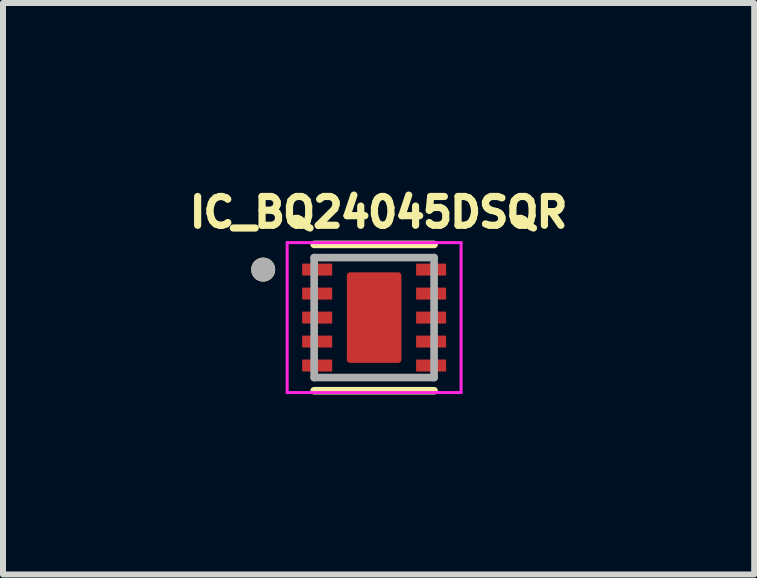
<source format=kicad_pcb>
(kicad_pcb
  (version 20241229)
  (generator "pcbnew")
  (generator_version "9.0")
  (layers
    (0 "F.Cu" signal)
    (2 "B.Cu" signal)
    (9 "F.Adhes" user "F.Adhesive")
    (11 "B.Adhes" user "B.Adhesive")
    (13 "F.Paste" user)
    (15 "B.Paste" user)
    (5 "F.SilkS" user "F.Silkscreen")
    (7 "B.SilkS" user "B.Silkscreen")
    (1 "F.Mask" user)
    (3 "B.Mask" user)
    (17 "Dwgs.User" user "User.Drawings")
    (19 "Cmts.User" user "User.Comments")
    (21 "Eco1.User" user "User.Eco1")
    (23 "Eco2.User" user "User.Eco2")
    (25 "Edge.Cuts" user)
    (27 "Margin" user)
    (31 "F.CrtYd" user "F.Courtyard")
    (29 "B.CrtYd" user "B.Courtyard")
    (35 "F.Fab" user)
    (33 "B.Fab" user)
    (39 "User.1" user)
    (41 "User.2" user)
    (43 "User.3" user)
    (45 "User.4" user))
  (footprint "IC_BQ24045DSQR"
    (layer "F.Cu")
    (at 3.189 2.246)
    (property "Reference" "IC_BQ24045DSQR" (at 0.074 -1.755 0) (layer "F.SilkS") (effects (font (size 0.48 0.48) (thickness 0.15))))
    (attr through_hole)
    (fp_poly (pts (xy -1.25 -0.7) (xy -1.25 -0.9) (xy -1.25 -0.903) (xy -1.25 -0.905) (xy -1.249 -0.908) (xy -1.249 -0.91) (xy -1.248 -0.913) (xy -1.248 -0.915) (xy -1.247 -0.918) (xy -1.246 -0.92) (xy -1.245 -0.923) (xy -1.243 -0.925) (xy -1.242 -0.927) (xy -1.24 -0.929) (xy -1.239 -0.931) (xy -1.237 -0.933) (xy -1.235 -0.935) (xy -1.233 -0.937) (xy -1.231 -0.939) (xy -1.229 -0.94) (xy -1.227 -0.942) (xy -1.225 -0.943) (xy -1.223 -0.945) (xy -1.22 -0.946) (xy -1.218 -0.947) (xy -1.215 -0.948) (xy -1.213 -0.948) (xy -1.21 -0.949) (xy -1.208 -0.949) (xy -1.205 -0.95) (xy -1.203 -0.95) (xy -1.2 -0.95) (xy -0.7 -0.95) (xy -0.697 -0.95) (xy -0.695 -0.95) (xy -0.692 -0.949) (xy -0.69 -0.949) (xy -0.687 -0.948) (xy -0.685 -0.948) (xy -0.682 -0.947) (xy -0.68 -0.946) (xy -0.677 -0.945) (xy -0.675 -0.943) (xy -0.673 -0.942) (xy -0.671 -0.94) (xy -0.669 -0.939) (xy -0.667 -0.937) (xy -0.665 -0.935) (xy -0.663 -0.933) (xy -0.661 -0.931) (xy -0.66 -0.929) (xy -0.658 -0.927) (xy -0.657 -0.925) (xy -0.655 -0.923) (xy -0.654 -0.92) (xy -0.653 -0.918) (xy -0.652 -0.915) (xy -0.652 -0.913) (xy -0.651 -0.91) (xy -0.651 -0.908) (xy -0.65 -0.905) (xy -0.65 -0.903) (xy -0.65 -0.9) (xy -0.65 -0.7) (xy -0.65 -0.697) (xy -0.65 -0.695) (xy -0.651 -0.692) (xy -0.651 -0.69) (xy -0.652 -0.687) (xy -0.652 -0.685) (xy -0.653 -0.682) (xy -0.654 -0.68) (xy -0.655 -0.677) (xy -0.657 -0.675) (xy -0.658 -0.673) (xy -0.66 -0.671) (xy -0.661 -0.669) (xy -0.663 -0.667) (xy -0.665 -0.665) (xy -0.667 -0.663) (xy -0.669 -0.661) (xy -0.671 -0.66) (xy -0.673 -0.658) (xy -0.675 -0.657) (xy -0.677 -0.655) (xy -0.68 -0.654) (xy -0.682 -0.653) (xy -0.685 -0.652) (xy -0.687 -0.652) (xy -0.69 -0.651) (xy -0.692 -0.651) (xy -0.695 -0.65) (xy -0.697 -0.65) (xy -0.7 -0.65) (xy -1.2 -0.65) (xy -1.203 -0.65) (xy -1.205 -0.65) (xy -1.208 -0.651) (xy -1.21 -0.651) (xy -1.213 -0.652) (xy -1.215 -0.652) (xy -1.218 -0.653) (xy -1.22 -0.654) (xy -1.223 -0.655) (xy -1.225 -0.657) (xy -1.227 -0.658) (xy -1.229 -0.66) (xy -1.231 -0.661) (xy -1.233 -0.663) (xy -1.235 -0.665) (xy -1.237 -0.667) (xy -1.239 -0.669) (xy -1.24 -0.671) (xy -1.242 -0.673) (xy -1.243 -0.675) (xy -1.245 -0.677) (xy -1.246 -0.68) (xy -1.247 -0.682) (xy -1.248 -0.685) (xy -1.248 -0.687) (xy -1.249 -0.69) (xy -1.249 -0.692) (xy -1.25 -0.695) (xy -1.25 -0.697) (xy -1.25 -0.7)) (stroke (width 0.01) (type solid)) (fill yes) (layer "F.Mask"))
    (fp_poly (pts (xy -1.25 -0.3) (xy -1.25 -0.5) (xy -1.25 -0.503) (xy -1.25 -0.505) (xy -1.249 -0.508) (xy -1.249 -0.51) (xy -1.248 -0.513) (xy -1.248 -0.515) (xy -1.247 -0.518) (xy -1.246 -0.52) (xy -1.245 -0.523) (xy -1.243 -0.525) (xy -1.242 -0.527) (xy -1.24 -0.529) (xy -1.239 -0.531) (xy -1.237 -0.533) (xy -1.235 -0.535) (xy -1.233 -0.537) (xy -1.231 -0.539) (xy -1.229 -0.54) (xy -1.227 -0.542) (xy -1.225 -0.543) (xy -1.223 -0.545) (xy -1.22 -0.546) (xy -1.218 -0.547) (xy -1.215 -0.548) (xy -1.213 -0.548) (xy -1.21 -0.549) (xy -1.208 -0.549) (xy -1.205 -0.55) (xy -1.203 -0.55) (xy -1.2 -0.55) (xy -0.7 -0.55) (xy -0.697 -0.55) (xy -0.695 -0.55) (xy -0.692 -0.549) (xy -0.69 -0.549) (xy -0.687 -0.548) (xy -0.685 -0.548) (xy -0.682 -0.547) (xy -0.68 -0.546) (xy -0.677 -0.545) (xy -0.675 -0.543) (xy -0.673 -0.542) (xy -0.671 -0.54) (xy -0.669 -0.539) (xy -0.667 -0.537) (xy -0.665 -0.535) (xy -0.663 -0.533) (xy -0.661 -0.531) (xy -0.66 -0.529) (xy -0.658 -0.527) (xy -0.657 -0.525) (xy -0.655 -0.523) (xy -0.654 -0.52) (xy -0.653 -0.518) (xy -0.652 -0.515) (xy -0.652 -0.513) (xy -0.651 -0.51) (xy -0.651 -0.508) (xy -0.65 -0.505) (xy -0.65 -0.503) (xy -0.65 -0.5) (xy -0.65 -0.3) (xy -0.65 -0.297) (xy -0.65 -0.295) (xy -0.651 -0.292) (xy -0.651 -0.29) (xy -0.652 -0.287) (xy -0.652 -0.285) (xy -0.653 -0.282) (xy -0.654 -0.28) (xy -0.655 -0.277) (xy -0.657 -0.275) (xy -0.658 -0.273) (xy -0.66 -0.271) (xy -0.661 -0.269) (xy -0.663 -0.267) (xy -0.665 -0.265) (xy -0.667 -0.263) (xy -0.669 -0.261) (xy -0.671 -0.26) (xy -0.673 -0.258) (xy -0.675 -0.257) (xy -0.677 -0.255) (xy -0.68 -0.254) (xy -0.682 -0.253) (xy -0.685 -0.252) (xy -0.687 -0.252) (xy -0.69 -0.251) (xy -0.692 -0.251) (xy -0.695 -0.25) (xy -0.697 -0.25) (xy -0.7 -0.25) (xy -1.2 -0.25) (xy -1.203 -0.25) (xy -1.205 -0.25) (xy -1.208 -0.251) (xy -1.21 -0.251) (xy -1.213 -0.252) (xy -1.215 -0.252) (xy -1.218 -0.253) (xy -1.22 -0.254) (xy -1.223 -0.255) (xy -1.225 -0.257) (xy -1.227 -0.258) (xy -1.229 -0.26) (xy -1.231 -0.261) (xy -1.233 -0.263) (xy -1.235 -0.265) (xy -1.237 -0.267) (xy -1.239 -0.269) (xy -1.24 -0.271) (xy -1.242 -0.273) (xy -1.243 -0.275) (xy -1.245 -0.277) (xy -1.246 -0.28) (xy -1.247 -0.282) (xy -1.248 -0.285) (xy -1.248 -0.287) (xy -1.249 -0.29) (xy -1.249 -0.292) (xy -1.25 -0.295) (xy -1.25 -0.297) (xy -1.25 -0.3)) (stroke (width 0.01) (type solid)) (fill yes) (layer "F.Mask"))
    (fp_poly (pts (xy -1.25 0.1) (xy -1.25 -0.1) (xy -1.25 -0.103) (xy -1.25 -0.105) (xy -1.249 -0.108) (xy -1.249 -0.11) (xy -1.248 -0.113) (xy -1.248 -0.115) (xy -1.247 -0.118) (xy -1.246 -0.12) (xy -1.245 -0.123) (xy -1.243 -0.125) (xy -1.242 -0.127) (xy -1.24 -0.129) (xy -1.239 -0.131) (xy -1.237 -0.133) (xy -1.235 -0.135) (xy -1.233 -0.137) (xy -1.231 -0.139) (xy -1.229 -0.14) (xy -1.227 -0.142) (xy -1.225 -0.143) (xy -1.223 -0.145) (xy -1.22 -0.146) (xy -1.218 -0.147) (xy -1.215 -0.148) (xy -1.213 -0.148) (xy -1.21 -0.149) (xy -1.208 -0.149) (xy -1.205 -0.15) (xy -1.203 -0.15) (xy -1.2 -0.15) (xy -0.7 -0.15) (xy -0.697 -0.15) (xy -0.695 -0.15) (xy -0.692 -0.149) (xy -0.69 -0.149) (xy -0.687 -0.148) (xy -0.685 -0.148) (xy -0.682 -0.147) (xy -0.68 -0.146) (xy -0.677 -0.145) (xy -0.675 -0.143) (xy -0.673 -0.142) (xy -0.671 -0.14) (xy -0.669 -0.139) (xy -0.667 -0.137) (xy -0.665 -0.135) (xy -0.663 -0.133) (xy -0.661 -0.131) (xy -0.66 -0.129) (xy -0.658 -0.127) (xy -0.657 -0.125) (xy -0.655 -0.123) (xy -0.654 -0.12) (xy -0.653 -0.118) (xy -0.652 -0.115) (xy -0.652 -0.113) (xy -0.651 -0.11) (xy -0.651 -0.108) (xy -0.65 -0.105) (xy -0.65 -0.103) (xy -0.65 -0.1) (xy -0.65 0.1) (xy -0.65 0.103) (xy -0.65 0.105) (xy -0.651 0.108) (xy -0.651 0.11) (xy -0.652 0.113) (xy -0.652 0.115) (xy -0.653 0.118) (xy -0.654 0.12) (xy -0.655 0.123) (xy -0.657 0.125) (xy -0.658 0.127) (xy -0.66 0.129) (xy -0.661 0.131) (xy -0.663 0.133) (xy -0.665 0.135) (xy -0.667 0.137) (xy -0.669 0.139) (xy -0.671 0.14) (xy -0.673 0.142) (xy -0.675 0.143) (xy -0.677 0.145) (xy -0.68 0.146) (xy -0.682 0.147) (xy -0.685 0.148) (xy -0.687 0.148) (xy -0.69 0.149) (xy -0.692 0.149) (xy -0.695 0.15) (xy -0.697 0.15) (xy -0.7 0.15) (xy -1.2 0.15) (xy -1.203 0.15) (xy -1.205 0.15) (xy -1.208 0.149) (xy -1.21 0.149) (xy -1.213 0.148) (xy -1.215 0.148) (xy -1.218 0.147) (xy -1.22 0.146) (xy -1.223 0.145) (xy -1.225 0.143) (xy -1.227 0.142) (xy -1.229 0.14) (xy -1.231 0.139) (xy -1.233 0.137) (xy -1.235 0.135) (xy -1.237 0.133) (xy -1.239 0.131) (xy -1.24 0.129) (xy -1.242 0.127) (xy -1.243 0.125) (xy -1.245 0.123) (xy -1.246 0.12) (xy -1.247 0.118) (xy -1.248 0.115) (xy -1.248 0.113) (xy -1.249 0.11) (xy -1.249 0.108) (xy -1.25 0.105) (xy -1.25 0.103) (xy -1.25 0.1)) (stroke (width 0.01) (type solid)) (fill yes) (layer "F.Mask"))
    (fp_poly (pts (xy -1.25 0.5) (xy -1.25 0.3) (xy -1.25 0.297) (xy -1.25 0.295) (xy -1.249 0.292) (xy -1.249 0.29) (xy -1.248 0.287) (xy -1.248 0.285) (xy -1.247 0.282) (xy -1.246 0.28) (xy -1.245 0.277) (xy -1.243 0.275) (xy -1.242 0.273) (xy -1.24 0.271) (xy -1.239 0.269) (xy -1.237 0.267) (xy -1.235 0.265) (xy -1.233 0.263) (xy -1.231 0.261) (xy -1.229 0.26) (xy -1.227 0.258) (xy -1.225 0.257) (xy -1.223 0.255) (xy -1.22 0.254) (xy -1.218 0.253) (xy -1.215 0.252) (xy -1.213 0.252) (xy -1.21 0.251) (xy -1.208 0.251) (xy -1.205 0.25) (xy -1.203 0.25) (xy -1.2 0.25) (xy -0.7 0.25) (xy -0.697 0.25) (xy -0.695 0.25) (xy -0.692 0.251) (xy -0.69 0.251) (xy -0.687 0.252) (xy -0.685 0.252) (xy -0.682 0.253) (xy -0.68 0.254) (xy -0.677 0.255) (xy -0.675 0.257) (xy -0.673 0.258) (xy -0.671 0.26) (xy -0.669 0.261) (xy -0.667 0.263) (xy -0.665 0.265) (xy -0.663 0.267) (xy -0.661 0.269) (xy -0.66 0.271) (xy -0.658 0.273) (xy -0.657 0.275) (xy -0.655 0.277) (xy -0.654 0.28) (xy -0.653 0.282) (xy -0.652 0.285) (xy -0.652 0.287) (xy -0.651 0.29) (xy -0.651 0.292) (xy -0.65 0.295) (xy -0.65 0.297) (xy -0.65 0.3) (xy -0.65 0.5) (xy -0.65 0.503) (xy -0.65 0.505) (xy -0.651 0.508) (xy -0.651 0.51) (xy -0.652 0.513) (xy -0.652 0.515) (xy -0.653 0.518) (xy -0.654 0.52) (xy -0.655 0.523) (xy -0.657 0.525) (xy -0.658 0.527) (xy -0.66 0.529) (xy -0.661 0.531) (xy -0.663 0.533) (xy -0.665 0.535) (xy -0.667 0.537) (xy -0.669 0.539) (xy -0.671 0.54) (xy -0.673 0.542) (xy -0.675 0.543) (xy -0.677 0.545) (xy -0.68 0.546) (xy -0.682 0.547) (xy -0.685 0.548) (xy -0.687 0.548) (xy -0.69 0.549) (xy -0.692 0.549) (xy -0.695 0.55) (xy -0.697 0.55) (xy -0.7 0.55) (xy -1.2 0.55) (xy -1.203 0.55) (xy -1.205 0.55) (xy -1.208 0.549) (xy -1.21 0.549) (xy -1.213 0.548) (xy -1.215 0.548) (xy -1.218 0.547) (xy -1.22 0.546) (xy -1.223 0.545) (xy -1.225 0.543) (xy -1.227 0.542) (xy -1.229 0.54) (xy -1.231 0.539) (xy -1.233 0.537) (xy -1.235 0.535) (xy -1.237 0.533) (xy -1.239 0.531) (xy -1.24 0.529) (xy -1.242 0.527) (xy -1.243 0.525) (xy -1.245 0.523) (xy -1.246 0.52) (xy -1.247 0.518) (xy -1.248 0.515) (xy -1.248 0.513) (xy -1.249 0.51) (xy -1.249 0.508) (xy -1.25 0.505) (xy -1.25 0.503) (xy -1.25 0.5)) (stroke (width 0.01) (type solid)) (fill yes) (layer "F.Mask"))
    (fp_poly (pts (xy -1.25 0.9) (xy -1.25 0.7) (xy -1.25 0.697) (xy -1.25 0.695) (xy -1.249 0.692) (xy -1.249 0.69) (xy -1.248 0.687) (xy -1.248 0.685) (xy -1.247 0.682) (xy -1.246 0.68) (xy -1.245 0.677) (xy -1.243 0.675) (xy -1.242 0.673) (xy -1.24 0.671) (xy -1.239 0.669) (xy -1.237 0.667) (xy -1.235 0.665) (xy -1.233 0.663) (xy -1.231 0.661) (xy -1.229 0.66) (xy -1.227 0.658) (xy -1.225 0.657) (xy -1.223 0.655) (xy -1.22 0.654) (xy -1.218 0.653) (xy -1.215 0.652) (xy -1.213 0.652) (xy -1.21 0.651) (xy -1.208 0.651) (xy -1.205 0.65) (xy -1.203 0.65) (xy -1.2 0.65) (xy -0.7 0.65) (xy -0.697 0.65) (xy -0.695 0.65) (xy -0.692 0.651) (xy -0.69 0.651) (xy -0.687 0.652) (xy -0.685 0.652) (xy -0.682 0.653) (xy -0.68 0.654) (xy -0.677 0.655) (xy -0.675 0.657) (xy -0.673 0.658) (xy -0.671 0.66) (xy -0.669 0.661) (xy -0.667 0.663) (xy -0.665 0.665) (xy -0.663 0.667) (xy -0.661 0.669) (xy -0.66 0.671) (xy -0.658 0.673) (xy -0.657 0.675) (xy -0.655 0.677) (xy -0.654 0.68) (xy -0.653 0.682) (xy -0.652 0.685) (xy -0.652 0.687) (xy -0.651 0.69) (xy -0.651 0.692) (xy -0.65 0.695) (xy -0.65 0.697) (xy -0.65 0.7) (xy -0.65 0.9) (xy -0.65 0.903) (xy -0.65 0.905) (xy -0.651 0.908) (xy -0.651 0.91) (xy -0.652 0.913) (xy -0.652 0.915) (xy -0.653 0.918) (xy -0.654 0.92) (xy -0.655 0.923) (xy -0.657 0.925) (xy -0.658 0.927) (xy -0.66 0.929) (xy -0.661 0.931) (xy -0.663 0.933) (xy -0.665 0.935) (xy -0.667 0.937) (xy -0.669 0.939) (xy -0.671 0.94) (xy -0.673 0.942) (xy -0.675 0.943) (xy -0.677 0.945) (xy -0.68 0.946) (xy -0.682 0.947) (xy -0.685 0.948) (xy -0.687 0.948) (xy -0.69 0.949) (xy -0.692 0.949) (xy -0.695 0.95) (xy -0.697 0.95) (xy -0.7 0.95) (xy -1.2 0.95) (xy -1.203 0.95) (xy -1.205 0.95) (xy -1.208 0.949) (xy -1.21 0.949) (xy -1.213 0.948) (xy -1.215 0.948) (xy -1.218 0.947) (xy -1.22 0.946) (xy -1.223 0.945) (xy -1.225 0.943) (xy -1.227 0.942) (xy -1.229 0.94) (xy -1.231 0.939) (xy -1.233 0.937) (xy -1.235 0.935) (xy -1.237 0.933) (xy -1.239 0.931) (xy -1.24 0.929) (xy -1.242 0.927) (xy -1.243 0.925) (xy -1.245 0.923) (xy -1.246 0.92) (xy -1.247 0.918) (xy -1.248 0.915) (xy -1.248 0.913) (xy -1.249 0.91) (xy -1.249 0.908) (xy -1.25 0.905) (xy -1.25 0.903) (xy -1.25 0.9)) (stroke (width 0.01) (type solid)) (fill yes) (layer "F.Mask"))
    (fp_poly (pts (xy 0.5 -0.75) (xy 0.5 0.75) (xy 0.5 0.753) (xy 0.5 0.755) (xy 0.499 0.758) (xy 0.499 0.76) (xy 0.498 0.763) (xy 0.498 0.765) (xy 0.497 0.768) (xy 0.496 0.77) (xy 0.495 0.773) (xy 0.493 0.775) (xy 0.492 0.777) (xy 0.49 0.779) (xy 0.489 0.781) (xy 0.487 0.783) (xy 0.485 0.785) (xy 0.483 0.787) (xy 0.481 0.789) (xy 0.479 0.79) (xy 0.477 0.792) (xy 0.475 0.793) (xy 0.473 0.795) (xy 0.47 0.796) (xy 0.468 0.797) (xy 0.465 0.798) (xy 0.463 0.798) (xy 0.46 0.799) (xy 0.458 0.799) (xy 0.455 0.8) (xy 0.453 0.8) (xy 0.45 0.8) (xy -0.45 0.8) (xy -0.453 0.8) (xy -0.455 0.8) (xy -0.458 0.799) (xy -0.46 0.799) (xy -0.463 0.798) (xy -0.465 0.798) (xy -0.468 0.797) (xy -0.47 0.796) (xy -0.473 0.795) (xy -0.475 0.793) (xy -0.477 0.792) (xy -0.479 0.79) (xy -0.481 0.789) (xy -0.483 0.787) (xy -0.485 0.785) (xy -0.487 0.783) (xy -0.489 0.781) (xy -0.49 0.779) (xy -0.492 0.777) (xy -0.493 0.775) (xy -0.495 0.773) (xy -0.496 0.77) (xy -0.497 0.768) (xy -0.498 0.765) (xy -0.498 0.763) (xy -0.499 0.76) (xy -0.499 0.758) (xy -0.5 0.755) (xy -0.5 0.753) (xy -0.5 0.75) (xy -0.5 -0.75) (xy -0.5 -0.753) (xy -0.5 -0.755) (xy -0.499 -0.758) (xy -0.499 -0.76) (xy -0.498 -0.763) (xy -0.498 -0.765) (xy -0.497 -0.768) (xy -0.496 -0.77) (xy -0.495 -0.773) (xy -0.493 -0.775) (xy -0.492 -0.777) (xy -0.49 -0.779) (xy -0.489 -0.781) (xy -0.487 -0.783) (xy -0.485 -0.785) (xy -0.483 -0.787) (xy -0.481 -0.789) (xy -0.479 -0.79) (xy -0.477 -0.792) (xy -0.475 -0.793) (xy -0.473 -0.795) (xy -0.47 -0.796) (xy -0.468 -0.797) (xy -0.465 -0.798) (xy -0.463 -0.798) (xy -0.46 -0.799) (xy -0.458 -0.799) (xy -0.455 -0.8) (xy -0.453 -0.8) (xy -0.45 -0.8) (xy 0.45 -0.8) (xy 0.453 -0.8) (xy 0.455 -0.8) (xy 0.458 -0.799) (xy 0.46 -0.799) (xy 0.463 -0.798) (xy 0.465 -0.798) (xy 0.468 -0.797) (xy 0.47 -0.796) (xy 0.473 -0.795) (xy 0.475 -0.793) (xy 0.477 -0.792) (xy 0.479 -0.79) (xy 0.481 -0.789) (xy 0.483 -0.787) (xy 0.485 -0.785) (xy 0.487 -0.783) (xy 0.489 -0.781) (xy 0.49 -0.779) (xy 0.492 -0.777) (xy 0.493 -0.775) (xy 0.495 -0.773) (xy 0.496 -0.77) (xy 0.497 -0.768) (xy 0.498 -0.765) (xy 0.498 -0.763) (xy 0.499 -0.76) (xy 0.499 -0.758) (xy 0.5 -0.755) (xy 0.5 -0.753) (xy 0.5 -0.75)) (stroke (width 0.01) (type solid)) (fill yes) (layer "F.Mask"))
    (fp_poly (pts (xy 0.65 -0.7) (xy 0.65 -0.9) (xy 0.65 -0.903) (xy 0.65 -0.905) (xy 0.651 -0.908) (xy 0.651 -0.91) (xy 0.652 -0.913) (xy 0.652 -0.915) (xy 0.653 -0.918) (xy 0.654 -0.92) (xy 0.655 -0.923) (xy 0.657 -0.925) (xy 0.658 -0.927) (xy 0.66 -0.929) (xy 0.661 -0.931) (xy 0.663 -0.933) (xy 0.665 -0.935) (xy 0.667 -0.937) (xy 0.669 -0.939) (xy 0.671 -0.94) (xy 0.673 -0.942) (xy 0.675 -0.943) (xy 0.677 -0.945) (xy 0.68 -0.946) (xy 0.682 -0.947) (xy 0.685 -0.948) (xy 0.687 -0.948) (xy 0.69 -0.949) (xy 0.692 -0.949) (xy 0.695 -0.95) (xy 0.697 -0.95) (xy 0.7 -0.95) (xy 1.2 -0.95) (xy 1.203 -0.95) (xy 1.205 -0.95) (xy 1.208 -0.949) (xy 1.21 -0.949) (xy 1.213 -0.948) (xy 1.215 -0.948) (xy 1.218 -0.947) (xy 1.22 -0.946) (xy 1.223 -0.945) (xy 1.225 -0.943) (xy 1.227 -0.942) (xy 1.229 -0.94) (xy 1.231 -0.939) (xy 1.233 -0.937) (xy 1.235 -0.935) (xy 1.237 -0.933) (xy 1.239 -0.931) (xy 1.24 -0.929) (xy 1.242 -0.927) (xy 1.243 -0.925) (xy 1.245 -0.923) (xy 1.246 -0.92) (xy 1.247 -0.918) (xy 1.248 -0.915) (xy 1.248 -0.913) (xy 1.249 -0.91) (xy 1.249 -0.908) (xy 1.25 -0.905) (xy 1.25 -0.903) (xy 1.25 -0.9) (xy 1.25 -0.7) (xy 1.25 -0.697) (xy 1.25 -0.695) (xy 1.249 -0.692) (xy 1.249 -0.69) (xy 1.248 -0.687) (xy 1.248 -0.685) (xy 1.247 -0.682) (xy 1.246 -0.68) (xy 1.245 -0.677) (xy 1.243 -0.675) (xy 1.242 -0.673) (xy 1.24 -0.671) (xy 1.239 -0.669) (xy 1.237 -0.667) (xy 1.235 -0.665) (xy 1.233 -0.663) (xy 1.231 -0.661) (xy 1.229 -0.66) (xy 1.227 -0.658) (xy 1.225 -0.657) (xy 1.223 -0.655) (xy 1.22 -0.654) (xy 1.218 -0.653) (xy 1.215 -0.652) (xy 1.213 -0.652) (xy 1.21 -0.651) (xy 1.208 -0.651) (xy 1.205 -0.65) (xy 1.203 -0.65) (xy 1.2 -0.65) (xy 0.7 -0.65) (xy 0.697 -0.65) (xy 0.695 -0.65) (xy 0.692 -0.651) (xy 0.69 -0.651) (xy 0.687 -0.652) (xy 0.685 -0.652) (xy 0.682 -0.653) (xy 0.68 -0.654) (xy 0.677 -0.655) (xy 0.675 -0.657) (xy 0.673 -0.658) (xy 0.671 -0.66) (xy 0.669 -0.661) (xy 0.667 -0.663) (xy 0.665 -0.665) (xy 0.663 -0.667) (xy 0.661 -0.669) (xy 0.66 -0.671) (xy 0.658 -0.673) (xy 0.657 -0.675) (xy 0.655 -0.677) (xy 0.654 -0.68) (xy 0.653 -0.682) (xy 0.652 -0.685) (xy 0.652 -0.687) (xy 0.651 -0.69) (xy 0.651 -0.692) (xy 0.65 -0.695) (xy 0.65 -0.697) (xy 0.65 -0.7)) (stroke (width 0.01) (type solid)) (fill yes) (layer "F.Mask"))
    (fp_poly (pts (xy 0.65 -0.3) (xy 0.65 -0.5) (xy 0.65 -0.503) (xy 0.65 -0.505) (xy 0.651 -0.508) (xy 0.651 -0.51) (xy 0.652 -0.513) (xy 0.652 -0.515) (xy 0.653 -0.518) (xy 0.654 -0.52) (xy 0.655 -0.523) (xy 0.657 -0.525) (xy 0.658 -0.527) (xy 0.66 -0.529) (xy 0.661 -0.531) (xy 0.663 -0.533) (xy 0.665 -0.535) (xy 0.667 -0.537) (xy 0.669 -0.539) (xy 0.671 -0.54) (xy 0.673 -0.542) (xy 0.675 -0.543) (xy 0.677 -0.545) (xy 0.68 -0.546) (xy 0.682 -0.547) (xy 0.685 -0.548) (xy 0.687 -0.548) (xy 0.69 -0.549) (xy 0.692 -0.549) (xy 0.695 -0.55) (xy 0.697 -0.55) (xy 0.7 -0.55) (xy 1.2 -0.55) (xy 1.203 -0.55) (xy 1.205 -0.55) (xy 1.208 -0.549) (xy 1.21 -0.549) (xy 1.213 -0.548) (xy 1.215 -0.548) (xy 1.218 -0.547) (xy 1.22 -0.546) (xy 1.223 -0.545) (xy 1.225 -0.543) (xy 1.227 -0.542) (xy 1.229 -0.54) (xy 1.231 -0.539) (xy 1.233 -0.537) (xy 1.235 -0.535) (xy 1.237 -0.533) (xy 1.239 -0.531) (xy 1.24 -0.529) (xy 1.242 -0.527) (xy 1.243 -0.525) (xy 1.245 -0.523) (xy 1.246 -0.52) (xy 1.247 -0.518) (xy 1.248 -0.515) (xy 1.248 -0.513) (xy 1.249 -0.51) (xy 1.249 -0.508) (xy 1.25 -0.505) (xy 1.25 -0.503) (xy 1.25 -0.5) (xy 1.25 -0.3) (xy 1.25 -0.297) (xy 1.25 -0.295) (xy 1.249 -0.292) (xy 1.249 -0.29) (xy 1.248 -0.287) (xy 1.248 -0.285) (xy 1.247 -0.282) (xy 1.246 -0.28) (xy 1.245 -0.277) (xy 1.243 -0.275) (xy 1.242 -0.273) (xy 1.24 -0.271) (xy 1.239 -0.269) (xy 1.237 -0.267) (xy 1.235 -0.265) (xy 1.233 -0.263) (xy 1.231 -0.261) (xy 1.229 -0.26) (xy 1.227 -0.258) (xy 1.225 -0.257) (xy 1.223 -0.255) (xy 1.22 -0.254) (xy 1.218 -0.253) (xy 1.215 -0.252) (xy 1.213 -0.252) (xy 1.21 -0.251) (xy 1.208 -0.251) (xy 1.205 -0.25) (xy 1.203 -0.25) (xy 1.2 -0.25) (xy 0.7 -0.25) (xy 0.697 -0.25) (xy 0.695 -0.25) (xy 0.692 -0.251) (xy 0.69 -0.251) (xy 0.687 -0.252) (xy 0.685 -0.252) (xy 0.682 -0.253) (xy 0.68 -0.254) (xy 0.677 -0.255) (xy 0.675 -0.257) (xy 0.673 -0.258) (xy 0.671 -0.26) (xy 0.669 -0.261) (xy 0.667 -0.263) (xy 0.665 -0.265) (xy 0.663 -0.267) (xy 0.661 -0.269) (xy 0.66 -0.271) (xy 0.658 -0.273) (xy 0.657 -0.275) (xy 0.655 -0.277) (xy 0.654 -0.28) (xy 0.653 -0.282) (xy 0.652 -0.285) (xy 0.652 -0.287) (xy 0.651 -0.29) (xy 0.651 -0.292) (xy 0.65 -0.295) (xy 0.65 -0.297) (xy 0.65 -0.3)) (stroke (width 0.01) (type solid)) (fill yes) (layer "F.Mask"))
    (fp_poly (pts (xy 0.65 0.1) (xy 0.65 -0.1) (xy 0.65 -0.103) (xy 0.65 -0.105) (xy 0.651 -0.108) (xy 0.651 -0.11) (xy 0.652 -0.113) (xy 0.652 -0.115) (xy 0.653 -0.118) (xy 0.654 -0.12) (xy 0.655 -0.123) (xy 0.657 -0.125) (xy 0.658 -0.127) (xy 0.66 -0.129) (xy 0.661 -0.131) (xy 0.663 -0.133) (xy 0.665 -0.135) (xy 0.667 -0.137) (xy 0.669 -0.139) (xy 0.671 -0.14) (xy 0.673 -0.142) (xy 0.675 -0.143) (xy 0.677 -0.145) (xy 0.68 -0.146) (xy 0.682 -0.147) (xy 0.685 -0.148) (xy 0.687 -0.148) (xy 0.69 -0.149) (xy 0.692 -0.149) (xy 0.695 -0.15) (xy 0.697 -0.15) (xy 0.7 -0.15) (xy 1.2 -0.15) (xy 1.203 -0.15) (xy 1.205 -0.15) (xy 1.208 -0.149) (xy 1.21 -0.149) (xy 1.213 -0.148) (xy 1.215 -0.148) (xy 1.218 -0.147) (xy 1.22 -0.146) (xy 1.223 -0.145) (xy 1.225 -0.143) (xy 1.227 -0.142) (xy 1.229 -0.14) (xy 1.231 -0.139) (xy 1.233 -0.137) (xy 1.235 -0.135) (xy 1.237 -0.133) (xy 1.239 -0.131) (xy 1.24 -0.129) (xy 1.242 -0.127) (xy 1.243 -0.125) (xy 1.245 -0.123) (xy 1.246 -0.12) (xy 1.247 -0.118) (xy 1.248 -0.115) (xy 1.248 -0.113) (xy 1.249 -0.11) (xy 1.249 -0.108) (xy 1.25 -0.105) (xy 1.25 -0.103) (xy 1.25 -0.1) (xy 1.25 0.1) (xy 1.25 0.103) (xy 1.25 0.105) (xy 1.249 0.108) (xy 1.249 0.11) (xy 1.248 0.113) (xy 1.248 0.115) (xy 1.247 0.118) (xy 1.246 0.12) (xy 1.245 0.123) (xy 1.243 0.125) (xy 1.242 0.127) (xy 1.24 0.129) (xy 1.239 0.131) (xy 1.237 0.133) (xy 1.235 0.135) (xy 1.233 0.137) (xy 1.231 0.139) (xy 1.229 0.14) (xy 1.227 0.142) (xy 1.225 0.143) (xy 1.223 0.145) (xy 1.22 0.146) (xy 1.218 0.147) (xy 1.215 0.148) (xy 1.213 0.148) (xy 1.21 0.149) (xy 1.208 0.149) (xy 1.205 0.15) (xy 1.203 0.15) (xy 1.2 0.15) (xy 0.7 0.15) (xy 0.697 0.15) (xy 0.695 0.15) (xy 0.692 0.149) (xy 0.69 0.149) (xy 0.687 0.148) (xy 0.685 0.148) (xy 0.682 0.147) (xy 0.68 0.146) (xy 0.677 0.145) (xy 0.675 0.143) (xy 0.673 0.142) (xy 0.671 0.14) (xy 0.669 0.139) (xy 0.667 0.137) (xy 0.665 0.135) (xy 0.663 0.133) (xy 0.661 0.131) (xy 0.66 0.129) (xy 0.658 0.127) (xy 0.657 0.125) (xy 0.655 0.123) (xy 0.654 0.12) (xy 0.653 0.118) (xy 0.652 0.115) (xy 0.652 0.113) (xy 0.651 0.11) (xy 0.651 0.108) (xy 0.65 0.105) (xy 0.65 0.103) (xy 0.65 0.1)) (stroke (width 0.01) (type solid)) (fill yes) (layer "F.Mask"))
    (fp_poly (pts (xy 0.65 0.5) (xy 0.65 0.3) (xy 0.65 0.297) (xy 0.65 0.295) (xy 0.651 0.292) (xy 0.651 0.29) (xy 0.652 0.287) (xy 0.652 0.285) (xy 0.653 0.282) (xy 0.654 0.28) (xy 0.655 0.277) (xy 0.657 0.275) (xy 0.658 0.273) (xy 0.66 0.271) (xy 0.661 0.269) (xy 0.663 0.267) (xy 0.665 0.265) (xy 0.667 0.263) (xy 0.669 0.261) (xy 0.671 0.26) (xy 0.673 0.258) (xy 0.675 0.257) (xy 0.677 0.255) (xy 0.68 0.254) (xy 0.682 0.253) (xy 0.685 0.252) (xy 0.687 0.252) (xy 0.69 0.251) (xy 0.692 0.251) (xy 0.695 0.25) (xy 0.697 0.25) (xy 0.7 0.25) (xy 1.2 0.25) (xy 1.203 0.25) (xy 1.205 0.25) (xy 1.208 0.251) (xy 1.21 0.251) (xy 1.213 0.252) (xy 1.215 0.252) (xy 1.218 0.253) (xy 1.22 0.254) (xy 1.223 0.255) (xy 1.225 0.257) (xy 1.227 0.258) (xy 1.229 0.26) (xy 1.231 0.261) (xy 1.233 0.263) (xy 1.235 0.265) (xy 1.237 0.267) (xy 1.239 0.269) (xy 1.24 0.271) (xy 1.242 0.273) (xy 1.243 0.275) (xy 1.245 0.277) (xy 1.246 0.28) (xy 1.247 0.282) (xy 1.248 0.285) (xy 1.248 0.287) (xy 1.249 0.29) (xy 1.249 0.292) (xy 1.25 0.295) (xy 1.25 0.297) (xy 1.25 0.3) (xy 1.25 0.5) (xy 1.25 0.503) (xy 1.25 0.505) (xy 1.249 0.508) (xy 1.249 0.51) (xy 1.248 0.513) (xy 1.248 0.515) (xy 1.247 0.518) (xy 1.246 0.52) (xy 1.245 0.523) (xy 1.243 0.525) (xy 1.242 0.527) (xy 1.24 0.529) (xy 1.239 0.531) (xy 1.237 0.533) (xy 1.235 0.535) (xy 1.233 0.537) (xy 1.231 0.539) (xy 1.229 0.54) (xy 1.227 0.542) (xy 1.225 0.543) (xy 1.223 0.545) (xy 1.22 0.546) (xy 1.218 0.547) (xy 1.215 0.548) (xy 1.213 0.548) (xy 1.21 0.549) (xy 1.208 0.549) (xy 1.205 0.55) (xy 1.203 0.55) (xy 1.2 0.55) (xy 0.7 0.55) (xy 0.697 0.55) (xy 0.695 0.55) (xy 0.692 0.549) (xy 0.69 0.549) (xy 0.687 0.548) (xy 0.685 0.548) (xy 0.682 0.547) (xy 0.68 0.546) (xy 0.677 0.545) (xy 0.675 0.543) (xy 0.673 0.542) (xy 0.671 0.54) (xy 0.669 0.539) (xy 0.667 0.537) (xy 0.665 0.535) (xy 0.663 0.533) (xy 0.661 0.531) (xy 0.66 0.529) (xy 0.658 0.527) (xy 0.657 0.525) (xy 0.655 0.523) (xy 0.654 0.52) (xy 0.653 0.518) (xy 0.652 0.515) (xy 0.652 0.513) (xy 0.651 0.51) (xy 0.651 0.508) (xy 0.65 0.505) (xy 0.65 0.503) (xy 0.65 0.5)) (stroke (width 0.01) (type solid)) (fill yes) (layer "F.Mask"))
    (fp_poly (pts (xy 0.65 0.9) (xy 0.65 0.7) (xy 0.65 0.697) (xy 0.65 0.695) (xy 0.651 0.692) (xy 0.651 0.69) (xy 0.652 0.687) (xy 0.652 0.685) (xy 0.653 0.682) (xy 0.654 0.68) (xy 0.655 0.677) (xy 0.657 0.675) (xy 0.658 0.673) (xy 0.66 0.671) (xy 0.661 0.669) (xy 0.663 0.667) (xy 0.665 0.665) (xy 0.667 0.663) (xy 0.669 0.661) (xy 0.671 0.66) (xy 0.673 0.658) (xy 0.675 0.657) (xy 0.677 0.655) (xy 0.68 0.654) (xy 0.682 0.653) (xy 0.685 0.652) (xy 0.687 0.652) (xy 0.69 0.651) (xy 0.692 0.651) (xy 0.695 0.65) (xy 0.697 0.65) (xy 0.7 0.65) (xy 1.2 0.65) (xy 1.203 0.65) (xy 1.205 0.65) (xy 1.208 0.651) (xy 1.21 0.651) (xy 1.213 0.652) (xy 1.215 0.652) (xy 1.218 0.653) (xy 1.22 0.654) (xy 1.223 0.655) (xy 1.225 0.657) (xy 1.227 0.658) (xy 1.229 0.66) (xy 1.231 0.661) (xy 1.233 0.663) (xy 1.235 0.665) (xy 1.237 0.667) (xy 1.239 0.669) (xy 1.24 0.671) (xy 1.242 0.673) (xy 1.243 0.675) (xy 1.245 0.677) (xy 1.246 0.68) (xy 1.247 0.682) (xy 1.248 0.685) (xy 1.248 0.687) (xy 1.249 0.69) (xy 1.249 0.692) (xy 1.25 0.695) (xy 1.25 0.697) (xy 1.25 0.7) (xy 1.25 0.9) (xy 1.25 0.903) (xy 1.25 0.905) (xy 1.249 0.908) (xy 1.249 0.91) (xy 1.248 0.913) (xy 1.248 0.915) (xy 1.247 0.918) (xy 1.246 0.92) (xy 1.245 0.923) (xy 1.243 0.925) (xy 1.242 0.927) (xy 1.24 0.929) (xy 1.239 0.931) (xy 1.237 0.933) (xy 1.235 0.935) (xy 1.233 0.937) (xy 1.231 0.939) (xy 1.229 0.94) (xy 1.227 0.942) (xy 1.225 0.943) (xy 1.223 0.945) (xy 1.22 0.946) (xy 1.218 0.947) (xy 1.215 0.948) (xy 1.213 0.948) (xy 1.21 0.949) (xy 1.208 0.949) (xy 1.205 0.95) (xy 1.203 0.95) (xy 1.2 0.95) (xy 0.7 0.95) (xy 0.697 0.95) (xy 0.695 0.95) (xy 0.692 0.949) (xy 0.69 0.949) (xy 0.687 0.948) (xy 0.685 0.948) (xy 0.682 0.947) (xy 0.68 0.946) (xy 0.677 0.945) (xy 0.675 0.943) (xy 0.673 0.942) (xy 0.671 0.94) (xy 0.669 0.939) (xy 0.667 0.937) (xy 0.665 0.935) (xy 0.663 0.933) (xy 0.661 0.931) (xy 0.66 0.929) (xy 0.658 0.927) (xy 0.657 0.925) (xy 0.655 0.923) (xy 0.654 0.92) (xy 0.653 0.918) (xy 0.652 0.915) (xy 0.652 0.913) (xy 0.651 0.91) (xy 0.651 0.908) (xy 0.65 0.905) (xy 0.65 0.903) (xy 0.65 0.9)) (stroke (width 0.01) (type solid)) (fill yes) (layer "F.Mask"))
    (fp_line (start -1 -1.22) (end 1 -1.22) (stroke (width 0.127) (type solid)) (layer "F.SilkS"))
    (fp_line (start 1 1.22) (end -1 1.22) (stroke (width 0.127) (type solid)) (layer "F.SilkS"))
    (fp_circle (center -1.85 -0.8) (end -1.75 -0.8) (stroke (width 0.2) (type solid)) (fill no) (layer "F.SilkS"))
    (fp_poly (pts (xy 0.425 -0.64) (xy 0.425 0.64) (xy 0.425 0.643) (xy 0.425 0.645) (xy 0.424 0.648) (xy 0.424 0.65) (xy 0.423 0.653) (xy 0.423 0.655) (xy 0.422 0.658) (xy 0.421 0.66) (xy 0.42 0.663) (xy 0.418 0.665) (xy 0.417 0.667) (xy 0.415 0.669) (xy 0.414 0.671) (xy 0.412 0.673) (xy 0.41 0.675) (xy 0.408 0.677) (xy 0.406 0.679) (xy 0.404 0.68) (xy 0.402 0.682) (xy 0.4 0.683) (xy 0.398 0.685) (xy 0.395 0.686) (xy 0.393 0.687) (xy 0.39 0.688) (xy 0.388 0.688) (xy 0.385 0.689) (xy 0.383 0.689) (xy 0.38 0.69) (xy 0.378 0.69) (xy 0.375 0.69) (xy -0.375 0.69) (xy -0.378 0.69) (xy -0.38 0.69) (xy -0.383 0.689) (xy -0.385 0.689) (xy -0.388 0.688) (xy -0.39 0.688) (xy -0.393 0.687) (xy -0.395 0.686) (xy -0.398 0.685) (xy -0.4 0.683) (xy -0.402 0.682) (xy -0.404 0.68) (xy -0.406 0.679) (xy -0.408 0.677) (xy -0.41 0.675) (xy -0.412 0.673) (xy -0.414 0.671) (xy -0.415 0.669) (xy -0.417 0.667) (xy -0.418 0.665) (xy -0.42 0.663) (xy -0.421 0.66) (xy -0.422 0.658) (xy -0.423 0.655) (xy -0.423 0.653) (xy -0.424 0.65) (xy -0.424 0.648) (xy -0.425 0.645) (xy -0.425 0.643) (xy -0.425 0.64) (xy -0.425 -0.64) (xy -0.425 -0.643) (xy -0.425 -0.645) (xy -0.424 -0.648) (xy -0.424 -0.65) (xy -0.423 -0.653) (xy -0.423 -0.655) (xy -0.422 -0.658) (xy -0.421 -0.66) (xy -0.42 -0.663) (xy -0.418 -0.665) (xy -0.417 -0.667) (xy -0.415 -0.669) (xy -0.414 -0.671) (xy -0.412 -0.673) (xy -0.41 -0.675) (xy -0.408 -0.677) (xy -0.406 -0.679) (xy -0.404 -0.68) (xy -0.402 -0.682) (xy -0.4 -0.683) (xy -0.398 -0.685) (xy -0.395 -0.686) (xy -0.393 -0.687) (xy -0.39 -0.688) (xy -0.388 -0.688) (xy -0.385 -0.689) (xy -0.383 -0.689) (xy -0.38 -0.69) (xy -0.378 -0.69) (xy -0.375 -0.69) (xy 0.375 -0.69) (xy 0.378 -0.69) (xy 0.38 -0.69) (xy 0.383 -0.689) (xy 0.385 -0.689) (xy 0.388 -0.688) (xy 0.39 -0.688) (xy 0.393 -0.687) (xy 0.395 -0.686) (xy 0.398 -0.685) (xy 0.4 -0.683) (xy 0.402 -0.682) (xy 0.404 -0.68) (xy 0.406 -0.679) (xy 0.408 -0.677) (xy 0.41 -0.675) (xy 0.412 -0.673) (xy 0.414 -0.671) (xy 0.415 -0.669) (xy 0.417 -0.667) (xy 0.418 -0.665) (xy 0.42 -0.663) (xy 0.421 -0.66) (xy 0.422 -0.658) (xy 0.423 -0.655) (xy 0.423 -0.653) (xy 0.424 -0.65) (xy 0.424 -0.648) (xy 0.425 -0.645) (xy 0.425 -0.643) (xy 0.425 -0.64)) (stroke (width 0.01) (type solid)) (fill yes) (layer "F.Paste"))
    (fp_line (start -1.45 -1.25) (end -1.45 1.25) (stroke (width 0.05) (type solid)) (layer "F.CrtYd"))
    (fp_line (start -1.45 1.25) (end 1.45 1.25) (stroke (width 0.05) (type solid)) (layer "F.CrtYd"))
    (fp_line (start 1.45 -1.25) (end -1.45 -1.25) (stroke (width 0.05) (type solid)) (layer "F.CrtYd"))
    (fp_line (start 1.45 1.25) (end 1.45 -1.25) (stroke (width 0.05) (type solid)) (layer "F.CrtYd"))
    (fp_line (start -1 -1) (end 1 -1) (stroke (width 0.127) (type solid)) (layer "F.Fab"))
    (fp_line (start -1 1) (end -1 -1) (stroke (width 0.127) (type solid)) (layer "F.Fab"))
    (fp_line (start 1 -1) (end 1 1) (stroke (width 0.127) (type solid)) (layer "F.Fab"))
    (fp_line (start 1 1) (end -1 1) (stroke (width 0.127) (type solid)) (layer "F.Fab"))
    (fp_circle (center -1.85 -0.8) (end -1.75 -0.8) (stroke (width 0.2) (type solid)) (fill no) (layer "F.Fab"))
    (pad "1" smd roundrect (at -0.95 -0.8) (size 0.5 0.2) (layers "F.Cu" "F.Paste") (roundrect_rratio 0.05))
    (pad "2" smd roundrect (at -0.95 -0.4) (size 0.5 0.2) (layers "F.Cu" "F.Paste") (roundrect_rratio 0.05))
    (pad "3" smd roundrect (at -0.95 0) (size 0.5 0.2) (layers "F.Cu" "F.Paste") (roundrect_rratio 0.05))
    (pad "4" smd roundrect (at -0.95 0.4) (size 0.5 0.2) (layers "F.Cu" "F.Paste") (roundrect_rratio 0.05))
    (pad "5" smd roundrect (at -0.95 0.8) (size 0.5 0.2) (layers "F.Cu" "F.Paste") (roundrect_rratio 0.05))
    (pad "6" smd roundrect (at 0.95 0.8) (size 0.5 0.2) (layers "F.Cu" "F.Paste") (roundrect_rratio 0.05))
    (pad "7" smd roundrect (at 0.95 0.4) (size 0.5 0.2) (layers "F.Cu" "F.Paste") (roundrect_rratio 0.05))
    (pad "8" smd roundrect (at 0.95 0) (size 0.5 0.2) (layers "F.Cu" "F.Paste") (roundrect_rratio 0.05))
    (pad "9" smd roundrect (at 0.95 -0.4) (size 0.5 0.2) (layers "F.Cu" "F.Paste") (roundrect_rratio 0.05))
    (pad "10" smd roundrect (at 0.95 -0.8) (size 0.5 0.2) (layers "F.Cu" "F.Paste") (roundrect_rratio 0.05))
    (pad "11" smd custom (at 0 0) (size 0.1 0.1) (layers "F.Cu") (options (anchor rect)) (primitives (gr_poly (pts (xy 0.45 -0.7) (xy 0.45 0.7) (xy 0.45 0.703) (xy 0.45 0.705) (xy 0.449 0.708) (xy 0.449 0.71) (xy 0.448 0.713) (xy 0.448 0.715) (xy 0.447 0.718) (xy 0.446 0.72) (xy 0.445 0.723) (xy 0.443 0.725) (xy 0.442 0.727) (xy 0.44 0.729) (xy 0.439 0.731) (xy 0.437 0.733) (xy 0.435 0.735) (xy 0.433 0.737) (xy 0.431 0.739) (xy 0.429 0.74) (xy 0.427 0.742) (xy 0.425 0.743) (xy 0.423 0.745) (xy 0.42 0.746) (xy 0.418 0.747) (xy 0.415 0.748) (xy 0.413 0.748) (xy 0.41 0.749) (xy 0.408 0.749) (xy 0.405 0.75) (xy 0.403 0.75) (xy 0.4 0.75) (xy -0.4 0.75) (xy -0.403 0.75) (xy -0.405 0.75) (xy -0.408 0.749) (xy -0.41 0.749) (xy -0.413 0.748) (xy -0.415 0.748) (xy -0.418 0.747) (xy -0.42 0.746) (xy -0.423 0.745) (xy -0.425 0.743) (xy -0.427 0.742) (xy -0.429 0.74) (xy -0.431 0.739) (xy -0.433 0.737) (xy -0.435 0.735) (xy -0.437 0.733) (xy -0.439 0.731) (xy -0.44 0.729) (xy -0.442 0.727) (xy -0.443 0.725) (xy -0.445 0.723) (xy -0.446 0.72) (xy -0.447 0.718) (xy -0.448 0.715) (xy -0.448 0.713) (xy -0.449 0.71) (xy -0.449 0.708) (xy -0.45 0.705) (xy -0.45 0.703) (xy -0.45 0.7) (xy -0.45 -0.7) (xy -0.45 -0.703) (xy -0.45 -0.705) (xy -0.449 -0.708) (xy -0.449 -0.71) (xy -0.448 -0.713) (xy -0.448 -0.715) (xy -0.447 -0.718) (xy -0.446 -0.72) (xy -0.445 -0.723) (xy -0.443 -0.725) (xy -0.442 -0.727) (xy -0.44 -0.729) (xy -0.439 -0.731) (xy -0.437 -0.733) (xy -0.435 -0.735) (xy -0.433 -0.737) (xy -0.431 -0.739) (xy -0.429 -0.74) (xy -0.427 -0.742) (xy -0.425 -0.743) (xy -0.423 -0.745) (xy -0.42 -0.746) (xy -0.418 -0.747) (xy -0.415 -0.748) (xy -0.413 -0.748) (xy -0.41 -0.749) (xy -0.408 -0.749) (xy -0.405 -0.75) (xy -0.403 -0.75) (xy -0.4 -0.75) (xy 0.4 -0.75) (xy 0.403 -0.75) (xy 0.405 -0.75) (xy 0.408 -0.749) (xy 0.41 -0.749) (xy 0.413 -0.748) (xy 0.415 -0.748) (xy 0.418 -0.747) (xy 0.42 -0.746) (xy 0.423 -0.745) (xy 0.425 -0.743) (xy 0.427 -0.742) (xy 0.429 -0.74) (xy 0.431 -0.739) (xy 0.433 -0.737) (xy 0.435 -0.735) (xy 0.437 -0.733) (xy 0.439 -0.731) (xy 0.44 -0.729) (xy 0.442 -0.727) (xy 0.443 -0.725) (xy 0.445 -0.723) (xy 0.446 -0.72) (xy 0.447 -0.718) (xy 0.448 -0.715) (xy 0.448 -0.713) (xy 0.449 -0.71) (xy 0.449 -0.708) (xy 0.45 -0.705) (xy 0.45 -0.703) (xy 0.45 -0.7)) (width 0.01) (fill yes)))))
  (gr_rect
    (start -3 -3)
    (end 9.527 6.53)
    (stroke (width 0.1) (type default))
    (fill no)
    (layer "Edge.Cuts")))
</source>
